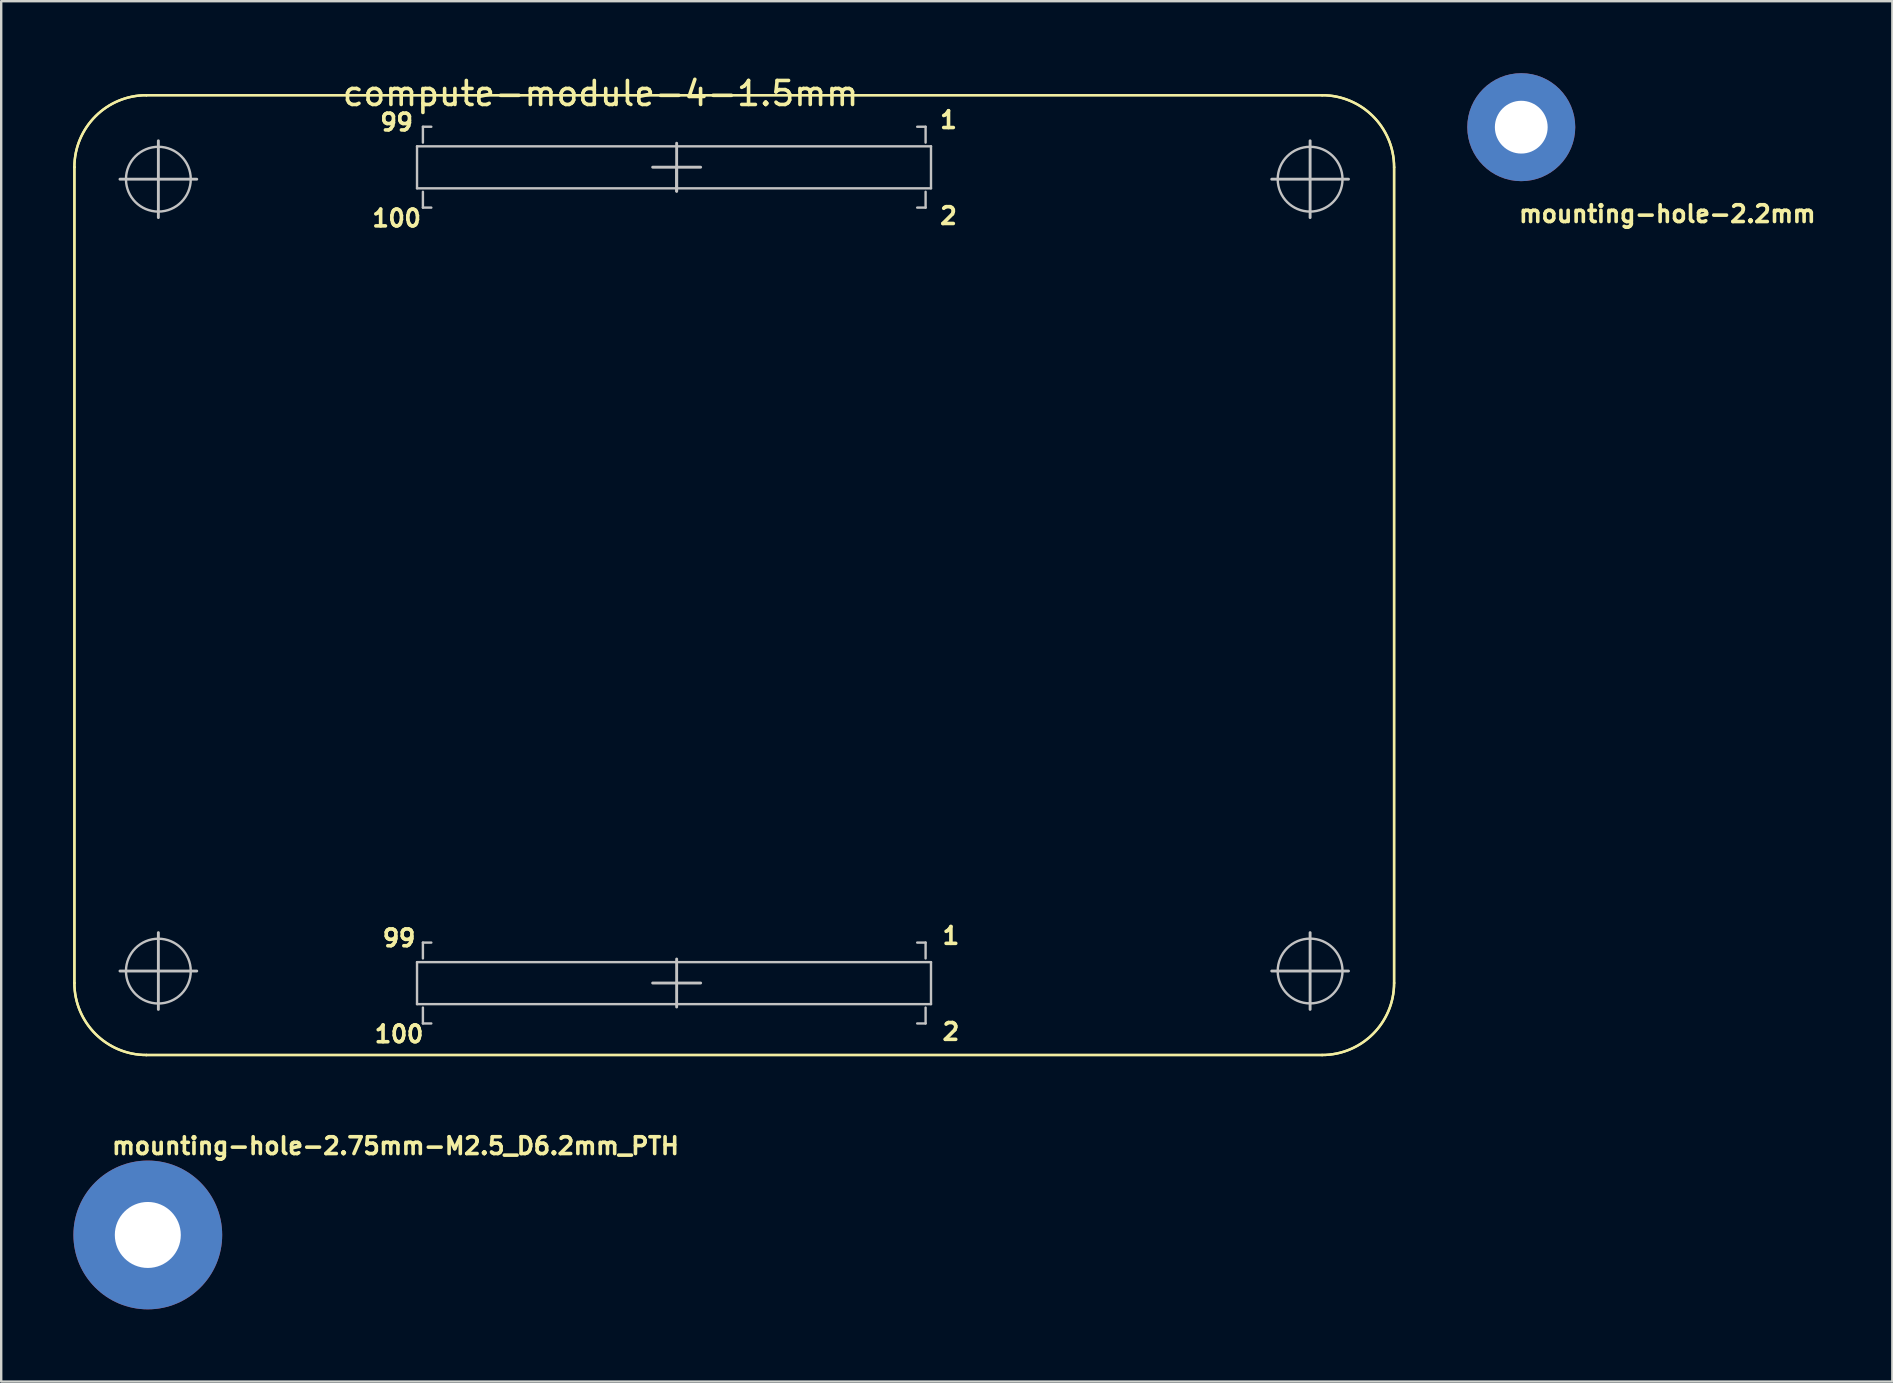
<source format=kicad_pcb>
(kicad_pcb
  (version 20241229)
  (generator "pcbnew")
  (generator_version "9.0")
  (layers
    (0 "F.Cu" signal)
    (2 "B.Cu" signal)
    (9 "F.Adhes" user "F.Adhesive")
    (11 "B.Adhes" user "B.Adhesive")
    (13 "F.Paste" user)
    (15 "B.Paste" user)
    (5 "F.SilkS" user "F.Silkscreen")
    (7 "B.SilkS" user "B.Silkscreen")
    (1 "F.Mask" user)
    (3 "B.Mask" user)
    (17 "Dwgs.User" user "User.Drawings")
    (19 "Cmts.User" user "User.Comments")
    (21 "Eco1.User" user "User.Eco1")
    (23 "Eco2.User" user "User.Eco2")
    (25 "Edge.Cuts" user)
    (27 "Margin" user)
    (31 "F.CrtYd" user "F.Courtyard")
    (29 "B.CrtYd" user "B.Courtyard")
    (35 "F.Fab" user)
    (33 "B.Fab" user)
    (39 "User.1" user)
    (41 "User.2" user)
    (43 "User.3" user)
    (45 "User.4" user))
  (footprint "compute-module-4-1.5mm"
    (layer "F.Cu")
    (at 21.98 0.348)
    (property "Reference" "compute-module-4-1.5mm" (at 0 0.5 0) (layer "F.SilkS") (effects (font (size 1 1) (thickness 0.15))))
    (attr through_hole)
    (fp_line (start -21.93 37.57) (end -21.93 3.57) (stroke (width 0.1) (type solid)) (layer "F.SilkS"))
    (fp_line (start -21.93 37.57) (end -21.93 3.57) (stroke (width 0.1) (type solid)) (layer "F.SilkS"))
    (fp_line (start -18.93 0.57) (end 30.07 0.57) (stroke (width 0.1) (type solid)) (layer "F.SilkS"))
    (fp_line (start -18.93 0.57) (end 30.07 0.57) (stroke (width 0.1) (type solid)) (layer "F.SilkS"))
    (fp_line (start 30.07 40.57) (end -18.93 40.57) (stroke (width 0.1) (type solid)) (layer "F.SilkS"))
    (fp_line (start 30.07 40.57) (end -18.93 40.57) (stroke (width 0.1) (type solid)) (layer "F.SilkS"))
    (fp_line (start 33.07 3.57) (end 33.07 37.57) (stroke (width 0.1) (type solid)) (layer "F.SilkS"))
    (fp_line (start 33.07 3.57) (end 33.07 37.57) (stroke (width 0.1) (type solid)) (layer "F.SilkS"))
    (fp_arc (start -21.93 3.570001) (mid -21.05132 1.448681) (end -18.93 0.57) (stroke (width 0.1) (type solid)) (layer "F.SilkS"))
    (fp_arc (start -21.929999 3.570001) (mid -21.051319 1.448682) (end -18.93 0.570001) (stroke (width 0.1) (type solid)) (layer "F.SilkS"))
    (fp_arc (start -18.929999 40.57) (mid -21.05132 39.691321) (end -21.929999 37.57) (stroke (width 0.1) (type solid)) (layer "F.SilkS"))
    (fp_arc (start -18.929999 40.57) (mid -21.05132 39.691321) (end -21.929999 37.57) (stroke (width 0.1) (type solid)) (layer "F.SilkS"))
    (fp_arc (start 30.070001 0.57) (mid 32.191319 1.448682) (end 33.070001 3.57) (stroke (width 0.1) (type solid)) (layer "F.SilkS"))
    (fp_arc (start 30.070001 0.57) (mid 32.191319 1.448682) (end 33.070001 3.57) (stroke (width 0.1) (type solid)) (layer "F.SilkS"))
    (fp_arc (start 33.07 37.57) (mid 32.19132 39.691319) (end 30.070001 40.57) (stroke (width 0.1) (type solid)) (layer "F.SilkS"))
    (fp_arc (start 33.07 37.57) (mid 32.19132 39.691319) (end 30.070001 40.57) (stroke (width 0.1) (type solid)) (layer "F.SilkS"))
    (fp_line (start -18.43 4.07) (end -20.03 4.07) (stroke (width 0.12) (type solid)) (layer "Dwgs.User"))
    (fp_line (start -18.43 4.07) (end -18.43 2.47) (stroke (width 0.12) (type solid)) (layer "Dwgs.User"))
    (fp_line (start -18.43 4.07) (end -18.43 5.67) (stroke (width 0.12) (type solid)) (layer "Dwgs.User"))
    (fp_line (start -18.43 4.07) (end -16.83 4.07) (stroke (width 0.12) (type solid)) (layer "Dwgs.User"))
    (fp_line (start -18.43 37.07) (end -20.03 37.07) (stroke (width 0.12) (type solid)) (layer "Dwgs.User"))
    (fp_line (start -18.43 37.07) (end -18.43 35.47) (stroke (width 0.12) (type solid)) (layer "Dwgs.User"))
    (fp_line (start -18.43 37.07) (end -18.43 38.67) (stroke (width 0.12) (type solid)) (layer "Dwgs.User"))
    (fp_line (start -18.43 37.07) (end -16.83 37.07) (stroke (width 0.12) (type solid)) (layer "Dwgs.User"))
    (fp_line (start -7.65 2.7) (end -7.65 4.45) (stroke (width 0.1) (type solid)) (layer "Dwgs.User"))
    (fp_line (start -7.65 4.45) (end 13.77 4.45) (stroke (width 0.1) (type solid)) (layer "Dwgs.User"))
    (fp_line (start -7.65 36.7) (end -7.65 38.45) (stroke (width 0.1) (type solid)) (layer "Dwgs.User"))
    (fp_line (start -7.65 38.45) (end 13.77 38.45) (stroke (width 0.1) (type solid)) (layer "Dwgs.User"))
    (fp_line (start -7.405 1.885) (end -7.055 1.885) (stroke (width 0.1) (type solid)) (layer "Dwgs.User"))
    (fp_line (start -7.405 2.545) (end -7.405 1.885) (stroke (width 0.1) (type solid)) (layer "Dwgs.User"))
    (fp_line (start -7.405 5.255) (end -7.405 4.595) (stroke (width 0.1) (type solid)) (layer "Dwgs.User"))
    (fp_line (start -7.405 35.885) (end -7.055 35.885) (stroke (width 0.1) (type solid)) (layer "Dwgs.User"))
    (fp_line (start -7.405 36.545) (end -7.405 35.885) (stroke (width 0.1) (type solid)) (layer "Dwgs.User"))
    (fp_line (start -7.405 39.255) (end -7.405 38.595) (stroke (width 0.1) (type solid)) (layer "Dwgs.User"))
    (fp_line (start -7.405 39.255) (end -7.055 39.255) (stroke (width 0.1) (type solid)) (layer "Dwgs.User"))
    (fp_line (start -7.055 5.255) (end -7.405 5.255) (stroke (width 0.1) (type solid)) (layer "Dwgs.User"))
    (fp_line (start 3.17 3.57) (end 2.17 3.57) (stroke (width 0.12) (type solid)) (layer "Dwgs.User"))
    (fp_line (start 3.17 3.57) (end 3.17 4.57) (stroke (width 0.12) (type solid)) (layer "Dwgs.User"))
    (fp_line (start 3.17 3.57) (end 4.17 3.57) (stroke (width 0.12) (type solid)) (layer "Dwgs.User"))
    (fp_line (start 3.17 4.57) (end 3.17 2.57) (stroke (width 0.12) (type solid)) (layer "Dwgs.User"))
    (fp_line (start 3.17 37.57) (end 2.17 37.57) (stroke (width 0.12) (type solid)) (layer "Dwgs.User"))
    (fp_line (start 3.17 37.57) (end 4.17 37.57) (stroke (width 0.12) (type solid)) (layer "Dwgs.User"))
    (fp_line (start 3.17 38.57) (end 3.17 36.57) (stroke (width 0.12) (type solid)) (layer "Dwgs.User"))
    (fp_line (start 13.545 1.885) (end 13.195 1.885) (stroke (width 0.1) (type solid)) (layer "Dwgs.User"))
    (fp_line (start 13.545 2.545) (end 13.545 1.885) (stroke (width 0.1) (type solid)) (layer "Dwgs.User"))
    (fp_line (start 13.545 4.595) (end 13.545 5.255) (stroke (width 0.1) (type solid)) (layer "Dwgs.User"))
    (fp_line (start 13.545 5.255) (end 13.195 5.255) (stroke (width 0.1) (type solid)) (layer "Dwgs.User"))
    (fp_line (start 13.545 35.885) (end 13.195 35.885) (stroke (width 0.1) (type solid)) (layer "Dwgs.User"))
    (fp_line (start 13.545 35.885) (end 13.545 36.545) (stroke (width 0.1) (type solid)) (layer "Dwgs.User"))
    (fp_line (start 13.545 38.595) (end 13.545 39.255) (stroke (width 0.1) (type solid)) (layer "Dwgs.User"))
    (fp_line (start 13.545 39.255) (end 13.195 39.255) (stroke (width 0.1) (type solid)) (layer "Dwgs.User"))
    (fp_line (start 13.77 2.7) (end -7.65 2.7) (stroke (width 0.1) (type solid)) (layer "Dwgs.User"))
    (fp_line (start 13.77 4.45) (end 13.77 2.7) (stroke (width 0.1) (type solid)) (layer "Dwgs.User"))
    (fp_line (start 13.77 36.7) (end -7.65 36.7) (stroke (width 0.1) (type solid)) (layer "Dwgs.User"))
    (fp_line (start 13.77 38.45) (end 13.77 36.7) (stroke (width 0.1) (type solid)) (layer "Dwgs.User"))
    (fp_line (start 29.57 4.07) (end 27.97 4.07) (stroke (width 0.12) (type solid)) (layer "Dwgs.User"))
    (fp_line (start 29.57 4.07) (end 29.57 2.47) (stroke (width 0.12) (type solid)) (layer "Dwgs.User"))
    (fp_line (start 29.57 4.07) (end 29.57 5.67) (stroke (width 0.12) (type solid)) (layer "Dwgs.User"))
    (fp_line (start 29.57 4.07) (end 31.17 4.07) (stroke (width 0.12) (type solid)) (layer "Dwgs.User"))
    (fp_line (start 29.57 37.07) (end 27.97 37.07) (stroke (width 0.12) (type solid)) (layer "Dwgs.User"))
    (fp_line (start 29.57 37.07) (end 29.57 35.47) (stroke (width 0.12) (type solid)) (layer "Dwgs.User"))
    (fp_line (start 29.57 37.07) (end 29.57 38.67) (stroke (width 0.12) (type solid)) (layer "Dwgs.User"))
    (fp_line (start 29.57 37.07) (end 31.17 37.07) (stroke (width 0.12) (type solid)) (layer "Dwgs.User"))
    (fp_circle (center -18.43 37.074) (end -19.78 37.074) (stroke (width 0.1) (type solid)) (fill no) (layer "Dwgs.User"))
    (fp_circle (center -18.43 4.07) (end -19.78 4.07) (stroke (width 0.1) (type solid)) (fill no) (layer "Dwgs.User"))
    (fp_circle (center 29.57 4.07) (end 28.22 4.07) (stroke (width 0.1) (type solid)) (fill no) (layer "Dwgs.User"))
    (fp_circle (center 29.57 37.07) (end 28.22 37.07) (stroke (width 0.1) (type solid)) (fill no) (layer "Dwgs.User"))
    (fp_text user "2" (at 14.5 5.6 0) (layer "F.SilkS") (effects (font (size 0.7 0.7) (thickness 0.15))))
    (fp_text user "1" (at 14.5 1.6 0) (layer "F.SilkS") (effects (font (size 0.7 0.7) (thickness 0.15))))
    (fp_text user "99" (at -8.5 1.7 0) (layer "F.SilkS") (effects (font (size 0.7 0.7) (thickness 0.15))))
    (fp_text user "100" (at -8.4 39.7 0) (layer "F.SilkS") (effects (font (size 0.7 0.7) (thickness 0.15))))
    (fp_text user "100" (at -8.5 5.7 0) (layer "F.SilkS") (effects (font (size 0.7 0.7) (thickness 0.15))))
    (fp_text user "99" (at -8.4 35.7 0) (layer "F.SilkS") (effects (font (size 0.7 0.7) (thickness 0.15))))
    (fp_text user "1" (at 14.6 35.6 0) (layer "F.SilkS") (effects (font (size 0.7 0.7) (thickness 0.15))))
    (fp_text user "2" (at 14.6 39.6 0) (layer "F.SilkS") (effects (font (size 0.7 0.7) (thickness 0.15)))))
  (footprint "mounting-hole-2.75mm-M2.5_D6.2mm_PTH"
    (layer "F.Cu")
    (at 3.11 48.418)
    (property "Reference" "mounting-hole-2.75mm-M2.5_D6.2mm_PTH" (at -1.575 -3.3 0) (layer "F.SilkS") (effects (font (size 0.7 0.7) (thickness 0.15)) (justify left bottom)))
    (attr through_hole exclude_from_pos_files exclude_from_bom)
    (fp_circle (center 0 0) (end 3.048 0.1) (stroke (width 0.12) (type solid)) (fill no) (layer "User.5"))
    (pad "1" thru_hole circle (at 0 0) (size 6.2 6.2) (drill 2.75) (layers "*.Cu" "*.Mask")))
  (footprint "mounting-hole-2.2mm"
    (layer "F.Cu")
    (at 60.35 2.25)
    (property "Reference" "mounting-hole-2.2mm" (at -0.178 4.025 0) (layer "F.SilkS") (effects (font (size 0.7 0.7) (thickness 0.15)) (justify left bottom)))
    (attr through_hole)
    (pad "1" thru_hole circle (at 0 0) (size 4.5 4.5) (drill 2.2) (layers "*.Cu" "*.Mask")))
  (gr_rect
    (start -3 -3)
    (end 75.815 54.528)
    (stroke (width 0.1) (type default))
    (fill no)
    (layer "Edge.Cuts")))
</source>
